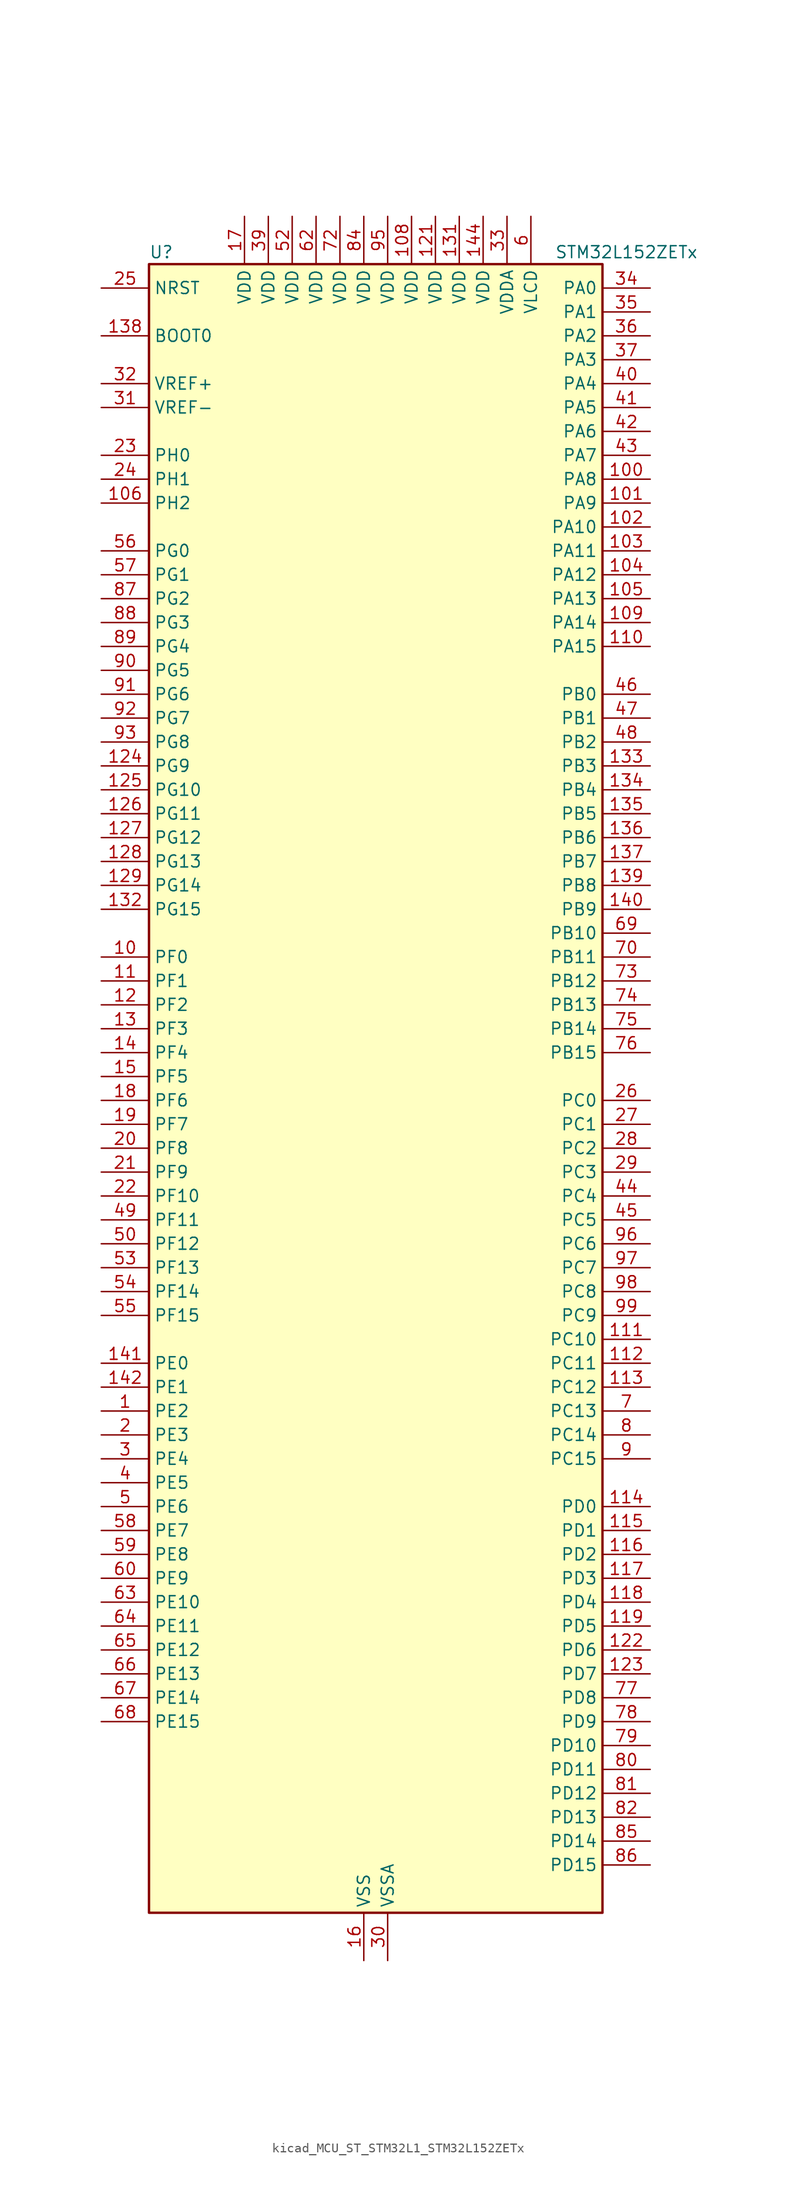
<source format=kicad_sym>
(kicad_symbol_lib
  (version 20220914)
  (generator kicad_symbol_editor)
  (symbol "kicad_MCU_ST_STM32L1_STM32L152ZETx"
    (property "Reference" "U"
      (at -22.86 90.17 0)
      (effects (font (size 1.27 1.27)) (justify left)))
    (property "Value" "STM32L152ZETx"
      (at 20.32 90.17 0)
      (effects (font (size 1.27 1.27)) (justify left)))
    (property "ki_locked" ""
      (at 0 0 0)
      (effects (font (size 1.27 1.27))))
    (symbol "kicad_MCU_ST_STM32L1_STM32L152ZETx_0_1"
      (rectangle (start -22.86 -86.36) (end 25.4 88.9) (stroke (width 0.254) (type default)) (fill (type background))))
    (symbol "kicad_MCU_ST_STM32L1_STM32L152ZETx_1_1"
      (pin bidirectional line (at -27.94 -33.02 0) (length 5.08) (name "PE2" (effects (font (size 1.27 1.27)))) (number "1" (effects (font (size 1.27 1.27)))) (alternate "LCD_SEG38" bidirectional line) (alternate "SYS_TRACECK" bidirectional line) (alternate "TIM3_ETR" bidirectional line) (alternate "TIMX_IC3" bidirectional line))
      (pin bidirectional line (at -27.94 15.24 0) (length 5.08) (name "PF0" (effects (font (size 1.27 1.27)))) (number "10" (effects (font (size 1.27 1.27)))))
      (pin bidirectional line (at 30.48 66.04 180) (length 5.08) (name "PA8" (effects (font (size 1.27 1.27)))) (number "100" (effects (font (size 1.27 1.27)))) (alternate "LCD_COM0" bidirectional line) (alternate "RCC_MCO" bidirectional line) (alternate "TIMX_IC1" bidirectional line) (alternate "TS_G4_IO1" bidirectional line) (alternate "USART1_CK" bidirectional line))
      (pin bidirectional line (at 30.48 63.5 180) (length 5.08) (name "PA9" (effects (font (size 1.27 1.27)))) (number "101" (effects (font (size 1.27 1.27)))) (alternate "DAC_EXTI9" bidirectional line) (alternate "LCD_COM1" bidirectional line) (alternate "TIMX_IC2" bidirectional line) (alternate "TS_G4_IO2" bidirectional line) (alternate "USART1_TX" bidirectional line))
      (pin bidirectional line (at 30.48 60.96 180) (length 5.08) (name "PA10" (effects (font (size 1.27 1.27)))) (number "102" (effects (font (size 1.27 1.27)))) (alternate "LCD_COM2" bidirectional line) (alternate "TIMX_IC3" bidirectional line) (alternate "TS_G4_IO3" bidirectional line) (alternate "USART1_RX" bidirectional line))
      (pin bidirectional line (at 30.48 58.42 180) (length 5.08) (name "PA11" (effects (font (size 1.27 1.27)))) (number "103" (effects (font (size 1.27 1.27)))) (alternate "ADC_EXTI11" bidirectional line) (alternate "SPI1_MISO" bidirectional line) (alternate "TIMX_IC4" bidirectional line) (alternate "USART1_CTS" bidirectional line) (alternate "USB_DM" bidirectional line))
      (pin bidirectional line (at 30.48 55.88 180) (length 5.08) (name "PA12" (effects (font (size 1.27 1.27)))) (number "104" (effects (font (size 1.27 1.27)))) (alternate "SPI1_MOSI" bidirectional line) (alternate "TIMX_IC1" bidirectional line) (alternate "USART1_RTS" bidirectional line) (alternate "USB_DP" bidirectional line))
      (pin bidirectional line (at 30.48 53.34 180) (length 5.08) (name "PA13" (effects (font (size 1.27 1.27)))) (number "105" (effects (font (size 1.27 1.27)))) (alternate "SYS_JTMS-SWDIO" bidirectional line) (alternate "TIMX_IC2" bidirectional line) (alternate "TS_G5_IO1" bidirectional line))
      (pin bidirectional line (at -27.94 63.5 0) (length 5.08) (name "PH2" (effects (font (size 1.27 1.27)))) (number "106" (effects (font (size 1.27 1.27)))))
      (pin passive line (at 0 -91.44 90) (length 5.08) hide (name "VSS" (effects (font (size 1.27 1.27)))) (number "107" (effects (font (size 1.27 1.27)))))
      (pin power_in line (at 5.08 93.98 270) (length 5.08) (name "VDD" (effects (font (size 1.27 1.27)))) (number "108" (effects (font (size 1.27 1.27)))))
      (pin bidirectional line (at 30.48 50.8 180) (length 5.08) (name "PA14" (effects (font (size 1.27 1.27)))) (number "109" (effects (font (size 1.27 1.27)))) (alternate "SYS_JTCK-SWCLK" bidirectional line) (alternate "TIMX_IC3" bidirectional line) (alternate "TS_G5_IO2" bidirectional line))
      (pin bidirectional line (at -27.94 12.7 0) (length 5.08) (name "PF1" (effects (font (size 1.27 1.27)))) (number "11" (effects (font (size 1.27 1.27)))))
      (pin bidirectional line (at 30.48 48.26 180) (length 5.08) (name "PA15" (effects (font (size 1.27 1.27)))) (number "110" (effects (font (size 1.27 1.27)))) (alternate "ADC_EXTI15" bidirectional line) (alternate "I2S3_WS" bidirectional line) (alternate "LCD_SEG17" bidirectional line) (alternate "SPI1_NSS" bidirectional line) (alternate "SPI3_NSS" bidirectional line) (alternate "SYS_JTDI" bidirectional line) (alternate "TIM2_CH1" bidirectional line) (alternate "TIM2_ETR" bidirectional line) (alternate "TIMX_IC4" bidirectional line) (alternate "TS_G5_IO3" bidirectional line))
      (pin bidirectional line (at 30.48 -25.4 180) (length 5.08) (name "PC10" (effects (font (size 1.27 1.27)))) (number "111" (effects (font (size 1.27 1.27)))) (alternate "I2S3_CK" bidirectional line) (alternate "LCD_COM4" bidirectional line) (alternate "LCD_SEG28" bidirectional line) (alternate "LCD_SEG40" bidirectional line) (alternate "SPI3_SCK" bidirectional line) (alternate "TIMX_IC3" bidirectional line) (alternate "UART4_TX" bidirectional line) (alternate "USART3_TX" bidirectional line))
      (pin bidirectional line (at 30.48 -27.94 180) (length 5.08) (name "PC11" (effects (font (size 1.27 1.27)))) (number "112" (effects (font (size 1.27 1.27)))) (alternate "ADC_EXTI11" bidirectional line) (alternate "LCD_COM5" bidirectional line) (alternate "LCD_SEG29" bidirectional line) (alternate "LCD_SEG41" bidirectional line) (alternate "SPI3_MISO" bidirectional line) (alternate "TIMX_IC4" bidirectional line) (alternate "UART4_RX" bidirectional line) (alternate "USART3_RX" bidirectional line))
      (pin bidirectional line (at 30.48 -30.48 180) (length 5.08) (name "PC12" (effects (font (size 1.27 1.27)))) (number "113" (effects (font (size 1.27 1.27)))) (alternate "I2S3_SD" bidirectional line) (alternate "LCD_COM6" bidirectional line) (alternate "LCD_SEG30" bidirectional line) (alternate "LCD_SEG42" bidirectional line) (alternate "SPI3_MOSI" bidirectional line) (alternate "TIMX_IC1" bidirectional line) (alternate "UART5_TX" bidirectional line) (alternate "USART3_CK" bidirectional line))
      (pin bidirectional line (at 30.48 -43.18 180) (length 5.08) (name "PD0" (effects (font (size 1.27 1.27)))) (number "114" (effects (font (size 1.27 1.27)))) (alternate "I2S2_WS" bidirectional line) (alternate "SPI2_NSS" bidirectional line) (alternate "TIM9_CH1" bidirectional line) (alternate "TIMX_IC1" bidirectional line))
      (pin bidirectional line (at 30.48 -45.72 180) (length 5.08) (name "PD1" (effects (font (size 1.27 1.27)))) (number "115" (effects (font (size 1.27 1.27)))) (alternate "I2S2_CK" bidirectional line) (alternate "SPI2_SCK" bidirectional line) (alternate "TIMX_IC2" bidirectional line))
      (pin bidirectional line (at 30.48 -48.26 180) (length 5.08) (name "PD2" (effects (font (size 1.27 1.27)))) (number "116" (effects (font (size 1.27 1.27)))) (alternate "LCD_COM7" bidirectional line) (alternate "LCD_SEG31" bidirectional line) (alternate "LCD_SEG43" bidirectional line) (alternate "TIM3_ETR" bidirectional line) (alternate "TIMX_IC3" bidirectional line) (alternate "UART5_RX" bidirectional line))
      (pin bidirectional line (at 30.48 -50.8 180) (length 5.08) (name "PD3" (effects (font (size 1.27 1.27)))) (number "117" (effects (font (size 1.27 1.27)))) (alternate "SPI2_MISO" bidirectional line) (alternate "TIMX_IC4" bidirectional line) (alternate "USART2_CTS" bidirectional line))
      (pin bidirectional line (at 30.48 -53.34 180) (length 5.08) (name "PD4" (effects (font (size 1.27 1.27)))) (number "118" (effects (font (size 1.27 1.27)))) (alternate "I2S2_SD" bidirectional line) (alternate "SPI2_MOSI" bidirectional line) (alternate "TIMX_IC1" bidirectional line) (alternate "USART2_RTS" bidirectional line))
      (pin bidirectional line (at 30.48 -55.88 180) (length 5.08) (name "PD5" (effects (font (size 1.27 1.27)))) (number "119" (effects (font (size 1.27 1.27)))) (alternate "TIMX_IC2" bidirectional line) (alternate "USART2_TX" bidirectional line))
      (pin bidirectional line (at -27.94 10.16 0) (length 5.08) (name "PF2" (effects (font (size 1.27 1.27)))) (number "12" (effects (font (size 1.27 1.27)))))
      (pin passive line (at 0 -91.44 90) (length 5.08) hide (name "VSS" (effects (font (size 1.27 1.27)))) (number "120" (effects (font (size 1.27 1.27)))))
      (pin power_in line (at 7.62 93.98 270) (length 5.08) (name "VDD" (effects (font (size 1.27 1.27)))) (number "121" (effects (font (size 1.27 1.27)))))
      (pin bidirectional line (at 30.48 -58.42 180) (length 5.08) (name "PD6" (effects (font (size 1.27 1.27)))) (number "122" (effects (font (size 1.27 1.27)))) (alternate "TIMX_IC3" bidirectional line) (alternate "USART2_RX" bidirectional line))
      (pin bidirectional line (at 30.48 -60.96 180) (length 5.08) (name "PD7" (effects (font (size 1.27 1.27)))) (number "123" (effects (font (size 1.27 1.27)))) (alternate "TIM9_CH2" bidirectional line) (alternate "TIMX_IC4" bidirectional line) (alternate "USART2_CK" bidirectional line))
      (pin bidirectional line (at -27.94 35.56 0) (length 5.08) (name "PG9" (effects (font (size 1.27 1.27)))) (number "124" (effects (font (size 1.27 1.27)))) (alternate "DAC_EXTI9" bidirectional line))
      (pin bidirectional line (at -27.94 33.02 0) (length 5.08) (name "PG10" (effects (font (size 1.27 1.27)))) (number "125" (effects (font (size 1.27 1.27)))))
      (pin bidirectional line (at -27.94 30.48 0) (length 5.08) (name "PG11" (effects (font (size 1.27 1.27)))) (number "126" (effects (font (size 1.27 1.27)))) (alternate "ADC_EXTI11" bidirectional line))
      (pin bidirectional line (at -27.94 27.94 0) (length 5.08) (name "PG12" (effects (font (size 1.27 1.27)))) (number "127" (effects (font (size 1.27 1.27)))))
      (pin bidirectional line (at -27.94 25.4 0) (length 5.08) (name "PG13" (effects (font (size 1.27 1.27)))) (number "128" (effects (font (size 1.27 1.27)))))
      (pin bidirectional line (at -27.94 22.86 0) (length 5.08) (name "PG14" (effects (font (size 1.27 1.27)))) (number "129" (effects (font (size 1.27 1.27)))))
      (pin bidirectional line (at -27.94 7.62 0) (length 5.08) (name "PF3" (effects (font (size 1.27 1.27)))) (number "13" (effects (font (size 1.27 1.27)))))
      (pin passive line (at 0 -91.44 90) (length 5.08) hide (name "VSS" (effects (font (size 1.27 1.27)))) (number "130" (effects (font (size 1.27 1.27)))))
      (pin power_in line (at 10.16 93.98 270) (length 5.08) (name "VDD" (effects (font (size 1.27 1.27)))) (number "131" (effects (font (size 1.27 1.27)))))
      (pin bidirectional line (at -27.94 20.32 0) (length 5.08) (name "PG15" (effects (font (size 1.27 1.27)))) (number "132" (effects (font (size 1.27 1.27)))) (alternate "ADC_EXTI15" bidirectional line))
      (pin bidirectional line (at 30.48 35.56 180) (length 5.08) (name "PB3" (effects (font (size 1.27 1.27)))) (number "133" (effects (font (size 1.27 1.27)))) (alternate "COMP2_INM" bidirectional line) (alternate "I2S3_CK" bidirectional line) (alternate "LCD_SEG7" bidirectional line) (alternate "SPI1_SCK" bidirectional line) (alternate "SPI3_SCK" bidirectional line) (alternate "SYS_JTDO-TRACESWO" bidirectional line) (alternate "TIM2_CH2" bidirectional line))
      (pin bidirectional line (at 30.48 33.02 180) (length 5.08) (name "PB4" (effects (font (size 1.27 1.27)))) (number "134" (effects (font (size 1.27 1.27)))) (alternate "COMP2_INP" bidirectional line) (alternate "LCD_SEG8" bidirectional line) (alternate "SPI1_MISO" bidirectional line) (alternate "SPI3_MISO" bidirectional line) (alternate "SYS_JTRST" bidirectional line) (alternate "TIM3_CH1" bidirectional line) (alternate "TS_G6_IO1" bidirectional line))
      (pin bidirectional line (at 30.48 30.48 180) (length 5.08) (name "PB5" (effects (font (size 1.27 1.27)))) (number "135" (effects (font (size 1.27 1.27)))) (alternate "COMP2_INP" bidirectional line) (alternate "I2C1_SMBA" bidirectional line) (alternate "I2S3_SD" bidirectional line) (alternate "LCD_SEG9" bidirectional line) (alternate "SPI1_MOSI" bidirectional line) (alternate "SPI3_MOSI" bidirectional line) (alternate "TIM3_CH2" bidirectional line) (alternate "TS_G6_IO2" bidirectional line))
      (pin bidirectional line (at 30.48 27.94 180) (length 5.08) (name "PB6" (effects (font (size 1.27 1.27)))) (number "136" (effects (font (size 1.27 1.27)))) (alternate "COMP2_INP" bidirectional line) (alternate "I2C1_SCL" bidirectional line) (alternate "TIM4_CH1" bidirectional line) (alternate "TS_G6_IO3" bidirectional line) (alternate "USART1_TX" bidirectional line))
      (pin bidirectional line (at 30.48 25.4 180) (length 5.08) (name "PB7" (effects (font (size 1.27 1.27)))) (number "137" (effects (font (size 1.27 1.27)))) (alternate "COMP2_INP" bidirectional line) (alternate "I2C1_SDA" bidirectional line) (alternate "SYS_PVD_IN" bidirectional line) (alternate "TIM4_CH2" bidirectional line) (alternate "TS_G6_IO4" bidirectional line) (alternate "USART1_RX" bidirectional line))
      (pin input line (at -27.94 81.28 0) (length 5.08) (name "BOOT0" (effects (font (size 1.27 1.27)))) (number "138" (effects (font (size 1.27 1.27)))))
      (pin bidirectional line (at 30.48 22.86 180) (length 5.08) (name "PB8" (effects (font (size 1.27 1.27)))) (number "139" (effects (font (size 1.27 1.27)))) (alternate "I2C1_SCL" bidirectional line) (alternate "LCD_SEG16" bidirectional line) (alternate "TIM10_CH1" bidirectional line) (alternate "TIM4_CH3" bidirectional line))
      (pin bidirectional line (at -27.94 5.08 0) (length 5.08) (name "PF4" (effects (font (size 1.27 1.27)))) (number "14" (effects (font (size 1.27 1.27)))))
      (pin bidirectional line (at 30.48 20.32 180) (length 5.08) (name "PB9" (effects (font (size 1.27 1.27)))) (number "140" (effects (font (size 1.27 1.27)))) (alternate "DAC_EXTI9" bidirectional line) (alternate "I2C1_SDA" bidirectional line) (alternate "LCD_COM3" bidirectional line) (alternate "TIM11_CH1" bidirectional line) (alternate "TIM4_CH4" bidirectional line))
      (pin bidirectional line (at -27.94 -27.94 0) (length 5.08) (name "PE0" (effects (font (size 1.27 1.27)))) (number "141" (effects (font (size 1.27 1.27)))) (alternate "LCD_SEG36" bidirectional line) (alternate "TIM10_CH1" bidirectional line) (alternate "TIM4_ETR" bidirectional line) (alternate "TIMX_IC1" bidirectional line))
      (pin bidirectional line (at -27.94 -30.48 0) (length 5.08) (name "PE1" (effects (font (size 1.27 1.27)))) (number "142" (effects (font (size 1.27 1.27)))) (alternate "LCD_SEG37" bidirectional line) (alternate "TIM11_CH1" bidirectional line) (alternate "TIMX_IC2" bidirectional line))
      (pin passive line (at 0 -91.44 90) (length 5.08) hide (name "VSS" (effects (font (size 1.27 1.27)))) (number "143" (effects (font (size 1.27 1.27)))))
      (pin power_in line (at 12.7 93.98 270) (length 5.08) (name "VDD" (effects (font (size 1.27 1.27)))) (number "144" (effects (font (size 1.27 1.27)))))
      (pin bidirectional line (at -27.94 2.54 0) (length 5.08) (name "PF5" (effects (font (size 1.27 1.27)))) (number "15" (effects (font (size 1.27 1.27)))))
      (pin power_in line (at 0 -91.44 90) (length 5.08) (name "VSS" (effects (font (size 1.27 1.27)))) (number "16" (effects (font (size 1.27 1.27)))))
      (pin power_in line (at -12.7 93.98 270) (length 5.08) (name "VDD" (effects (font (size 1.27 1.27)))) (number "17" (effects (font (size 1.27 1.27)))))
      (pin bidirectional line (at -27.94 0 0) (length 5.08) (name "PF6" (effects (font (size 1.27 1.27)))) (number "18" (effects (font (size 1.27 1.27)))) (alternate "ADC_IN27" bidirectional line) (alternate "TIM5_CH1" bidirectional line) (alternate "TIM5_ETR" bidirectional line) (alternate "TS_G11_IO1" bidirectional line))
      (pin bidirectional line (at -27.94 -2.54 0) (length 5.08) (name "PF7" (effects (font (size 1.27 1.27)))) (number "19" (effects (font (size 1.27 1.27)))) (alternate "ADC_IN28" bidirectional line) (alternate "COMP1_INP" bidirectional line) (alternate "TIM5_CH2" bidirectional line) (alternate "TS_G11_IO2" bidirectional line))
      (pin bidirectional line (at -27.94 -35.56 0) (length 5.08) (name "PE3" (effects (font (size 1.27 1.27)))) (number "2" (effects (font (size 1.27 1.27)))) (alternate "LCD_SEG39" bidirectional line) (alternate "SYS_TRACED0" bidirectional line) (alternate "TIM3_CH1" bidirectional line) (alternate "TIMX_IC4" bidirectional line))
      (pin bidirectional line (at -27.94 -5.08 0) (length 5.08) (name "PF8" (effects (font (size 1.27 1.27)))) (number "20" (effects (font (size 1.27 1.27)))) (alternate "ADC_IN29" bidirectional line) (alternate "COMP1_INP" bidirectional line) (alternate "TIM5_CH3" bidirectional line) (alternate "TS_G11_IO3" bidirectional line))
      (pin bidirectional line (at -27.94 -7.62 0) (length 5.08) (name "PF9" (effects (font (size 1.27 1.27)))) (number "21" (effects (font (size 1.27 1.27)))) (alternate "ADC_IN30" bidirectional line) (alternate "COMP1_INP" bidirectional line) (alternate "DAC_EXTI9" bidirectional line) (alternate "TIM5_CH4" bidirectional line) (alternate "TS_G11_IO4" bidirectional line))
      (pin bidirectional line (at -27.94 -10.16 0) (length 5.08) (name "PF10" (effects (font (size 1.27 1.27)))) (number "22" (effects (font (size 1.27 1.27)))) (alternate "ADC_IN31" bidirectional line) (alternate "COMP1_INP" bidirectional line) (alternate "TS_G11_IO5" bidirectional line))
      (pin bidirectional line (at -27.94 68.58 0) (length 5.08) (name "PH0" (effects (font (size 1.27 1.27)))) (number "23" (effects (font (size 1.27 1.27)))) (alternate "RCC_OSC_IN" bidirectional line))
      (pin bidirectional line (at -27.94 66.04 0) (length 5.08) (name "PH1" (effects (font (size 1.27 1.27)))) (number "24" (effects (font (size 1.27 1.27)))) (alternate "RCC_OSC_OUT" bidirectional line))
      (pin input line (at -27.94 86.36 0) (length 5.08) (name "NRST" (effects (font (size 1.27 1.27)))) (number "25" (effects (font (size 1.27 1.27)))))
      (pin bidirectional line (at 30.48 0 180) (length 5.08) (name "PC0" (effects (font (size 1.27 1.27)))) (number "26" (effects (font (size 1.27 1.27)))) (alternate "ADC_IN10" bidirectional line) (alternate "COMP1_INP" bidirectional line) (alternate "LCD_SEG18" bidirectional line) (alternate "TIMX_IC1" bidirectional line) (alternate "TS_G8_IO1" bidirectional line))
      (pin bidirectional line (at 30.48 -2.54 180) (length 5.08) (name "PC1" (effects (font (size 1.27 1.27)))) (number "27" (effects (font (size 1.27 1.27)))) (alternate "ADC_IN11" bidirectional line) (alternate "COMP1_INP" bidirectional line) (alternate "LCD_SEG19" bidirectional line) (alternate "TIMX_IC2" bidirectional line) (alternate "TS_G8_IO2" bidirectional line))
      (pin bidirectional line (at 30.48 -5.08 180) (length 5.08) (name "PC2" (effects (font (size 1.27 1.27)))) (number "28" (effects (font (size 1.27 1.27)))) (alternate "ADC_IN12" bidirectional line) (alternate "COMP1_INP" bidirectional line) (alternate "LCD_SEG20" bidirectional line) (alternate "TIMX_IC3" bidirectional line) (alternate "TS_G8_IO3" bidirectional line))
      (pin bidirectional line (at 30.48 -7.62 180) (length 5.08) (name "PC3" (effects (font (size 1.27 1.27)))) (number "29" (effects (font (size 1.27 1.27)))) (alternate "ADC_IN13" bidirectional line) (alternate "COMP1_INP" bidirectional line) (alternate "LCD_SEG21" bidirectional line) (alternate "TIMX_IC4" bidirectional line) (alternate "TS_G8_IO4" bidirectional line))
      (pin bidirectional line (at -27.94 -38.1 0) (length 5.08) (name "PE4" (effects (font (size 1.27 1.27)))) (number "3" (effects (font (size 1.27 1.27)))) (alternate "SYS_TRACED1" bidirectional line) (alternate "TIM3_CH2" bidirectional line) (alternate "TIMX_IC1" bidirectional line))
      (pin power_in line (at 2.54 -91.44 90) (length 5.08) (name "VSSA" (effects (font (size 1.27 1.27)))) (number "30" (effects (font (size 1.27 1.27)))))
      (pin input line (at -27.94 73.66 0) (length 5.08) (name "VREF-" (effects (font (size 1.27 1.27)))) (number "31" (effects (font (size 1.27 1.27)))))
      (pin input line (at -27.94 76.2 0) (length 5.08) (name "VREF+" (effects (font (size 1.27 1.27)))) (number "32" (effects (font (size 1.27 1.27)))))
      (pin power_in line (at 15.24 93.98 270) (length 5.08) (name "VDDA" (effects (font (size 1.27 1.27)))) (number "33" (effects (font (size 1.27 1.27)))))
      (pin bidirectional line (at 30.48 86.36 180) (length 5.08) (name "PA0" (effects (font (size 1.27 1.27)))) (number "34" (effects (font (size 1.27 1.27)))) (alternate "ADC_IN0" bidirectional line) (alternate "COMP1_INP" bidirectional line) (alternate "RTC_TAMP2" bidirectional line) (alternate "SYS_WKUP1" bidirectional line) (alternate "TIM2_CH1" bidirectional line) (alternate "TIM2_ETR" bidirectional line) (alternate "TIM5_CH1" bidirectional line) (alternate "TIMX_IC1" bidirectional line) (alternate "TS_G1_IO1" bidirectional line) (alternate "USART2_CTS" bidirectional line))
      (pin bidirectional line (at 30.48 83.82 180) (length 5.08) (name "PA1" (effects (font (size 1.27 1.27)))) (number "35" (effects (font (size 1.27 1.27)))) (alternate "ADC_IN1" bidirectional line) (alternate "COMP1_INP" bidirectional line) (alternate "LCD_SEG0" bidirectional line) (alternate "OPAMP1_VINP" bidirectional line) (alternate "TIM2_CH2" bidirectional line) (alternate "TIM5_CH2" bidirectional line) (alternate "TIMX_IC2" bidirectional line) (alternate "TS_G1_IO2" bidirectional line) (alternate "USART2_RTS" bidirectional line))
      (pin bidirectional line (at 30.48 81.28 180) (length 5.08) (name "PA2" (effects (font (size 1.27 1.27)))) (number "36" (effects (font (size 1.27 1.27)))) (alternate "ADC_IN2" bidirectional line) (alternate "COMP1_INP" bidirectional line) (alternate "LCD_SEG1" bidirectional line) (alternate "OPAMP1_VINM" bidirectional line) (alternate "TIM2_CH3" bidirectional line) (alternate "TIM5_CH3" bidirectional line) (alternate "TIM9_CH1" bidirectional line) (alternate "TIMX_IC3" bidirectional line) (alternate "TS_G1_IO3" bidirectional line) (alternate "USART2_TX" bidirectional line))
      (pin bidirectional line (at 30.48 78.74 180) (length 5.08) (name "PA3" (effects (font (size 1.27 1.27)))) (number "37" (effects (font (size 1.27 1.27)))) (alternate "ADC_IN3" bidirectional line) (alternate "COMP1_INP" bidirectional line) (alternate "LCD_SEG2" bidirectional line) (alternate "OPAMP1_VOUT" bidirectional line) (alternate "TIM2_CH4" bidirectional line) (alternate "TIM5_CH4" bidirectional line) (alternate "TIM9_CH2" bidirectional line) (alternate "TIMX_IC4" bidirectional line) (alternate "TS_G1_IO4" bidirectional line) (alternate "USART2_RX" bidirectional line))
      (pin passive line (at 0 -91.44 90) (length 5.08) hide (name "VSS" (effects (font (size 1.27 1.27)))) (number "38" (effects (font (size 1.27 1.27)))))
      (pin power_in line (at -10.16 93.98 270) (length 5.08) (name "VDD" (effects (font (size 1.27 1.27)))) (number "39" (effects (font (size 1.27 1.27)))))
      (pin bidirectional line (at -27.94 -40.64 0) (length 5.08) (name "PE5" (effects (font (size 1.27 1.27)))) (number "4" (effects (font (size 1.27 1.27)))) (alternate "SYS_TRACED2" bidirectional line) (alternate "TIM9_CH1" bidirectional line) (alternate "TIMX_IC2" bidirectional line))
      (pin bidirectional line (at 30.48 76.2 180) (length 5.08) (name "PA4" (effects (font (size 1.27 1.27)))) (number "40" (effects (font (size 1.27 1.27)))) (alternate "ADC_IN4" bidirectional line) (alternate "COMP1_INP" bidirectional line) (alternate "DAC_OUT1" bidirectional line) (alternate "I2S3_WS" bidirectional line) (alternate "SPI1_NSS" bidirectional line) (alternate "SPI3_NSS" bidirectional line) (alternate "TIMX_IC1" bidirectional line) (alternate "USART2_CK" bidirectional line))
      (pin bidirectional line (at 30.48 73.66 180) (length 5.08) (name "PA5" (effects (font (size 1.27 1.27)))) (number "41" (effects (font (size 1.27 1.27)))) (alternate "ADC_IN5" bidirectional line) (alternate "COMP1_INP" bidirectional line) (alternate "DAC_OUT2" bidirectional line) (alternate "SPI1_SCK" bidirectional line) (alternate "TIM2_CH1" bidirectional line) (alternate "TIM2_ETR" bidirectional line) (alternate "TIMX_IC2" bidirectional line))
      (pin bidirectional line (at 30.48 71.12 180) (length 5.08) (name "PA6" (effects (font (size 1.27 1.27)))) (number "42" (effects (font (size 1.27 1.27)))) (alternate "ADC_IN6" bidirectional line) (alternate "COMP1_INP" bidirectional line) (alternate "LCD_SEG3" bidirectional line) (alternate "OPAMP2_VINP" bidirectional line) (alternate "SPI1_MISO" bidirectional line) (alternate "TIM10_CH1" bidirectional line) (alternate "TIM3_CH1" bidirectional line) (alternate "TIMX_IC3" bidirectional line) (alternate "TS_G2_IO1" bidirectional line))
      (pin bidirectional line (at 30.48 68.58 180) (length 5.08) (name "PA7" (effects (font (size 1.27 1.27)))) (number "43" (effects (font (size 1.27 1.27)))) (alternate "ADC_IN7" bidirectional line) (alternate "COMP1_INP" bidirectional line) (alternate "LCD_SEG4" bidirectional line) (alternate "OPAMP2_VINM" bidirectional line) (alternate "SPI1_MOSI" bidirectional line) (alternate "TIM11_CH1" bidirectional line) (alternate "TIM3_CH2" bidirectional line) (alternate "TIMX_IC4" bidirectional line) (alternate "TS_G2_IO2" bidirectional line))
      (pin bidirectional line (at 30.48 -10.16 180) (length 5.08) (name "PC4" (effects (font (size 1.27 1.27)))) (number "44" (effects (font (size 1.27 1.27)))) (alternate "ADC_IN14" bidirectional line) (alternate "COMP1_INP" bidirectional line) (alternate "LCD_SEG22" bidirectional line) (alternate "TIMX_IC1" bidirectional line) (alternate "TS_G9_IO1" bidirectional line))
      (pin bidirectional line (at 30.48 -12.7 180) (length 5.08) (name "PC5" (effects (font (size 1.27 1.27)))) (number "45" (effects (font (size 1.27 1.27)))) (alternate "ADC_IN15" bidirectional line) (alternate "COMP1_INP" bidirectional line) (alternate "LCD_SEG23" bidirectional line) (alternate "TIMX_IC2" bidirectional line) (alternate "TS_G9_IO2" bidirectional line))
      (pin bidirectional line (at 30.48 43.18 180) (length 5.08) (name "PB0" (effects (font (size 1.27 1.27)))) (number "46" (effects (font (size 1.27 1.27)))) (alternate "ADC_IN8" bidirectional line) (alternate "COMP1_INP" bidirectional line) (alternate "LCD_SEG5" bidirectional line) (alternate "OPAMP2_VOUT" bidirectional line) (alternate "SYS_V_REF_OUT" bidirectional line) (alternate "TIM3_CH3" bidirectional line) (alternate "TS_G3_IO1" bidirectional line))
      (pin bidirectional line (at 30.48 40.64 180) (length 5.08) (name "PB1" (effects (font (size 1.27 1.27)))) (number "47" (effects (font (size 1.27 1.27)))) (alternate "ADC_IN9" bidirectional line) (alternate "COMP1_INP" bidirectional line) (alternate "LCD_SEG6" bidirectional line) (alternate "SYS_V_REF_OUT" bidirectional line) (alternate "TIM3_CH4" bidirectional line) (alternate "TS_G3_IO2" bidirectional line))
      (pin bidirectional line (at 30.48 38.1 180) (length 5.08) (name "PB2" (effects (font (size 1.27 1.27)))) (number "48" (effects (font (size 1.27 1.27)))) (alternate "ADC_IN0b" bidirectional line) (alternate "TS_G3_IO3" bidirectional line))
      (pin bidirectional line (at -27.94 -12.7 0) (length 5.08) (name "PF11" (effects (font (size 1.27 1.27)))) (number "49" (effects (font (size 1.27 1.27)))) (alternate "ADC_EXTI11" bidirectional line) (alternate "ADC_IN1b" bidirectional line) (alternate "TS_G3_IO4" bidirectional line))
      (pin bidirectional line (at -27.94 -43.18 0) (length 5.08) (name "PE6" (effects (font (size 1.27 1.27)))) (number "5" (effects (font (size 1.27 1.27)))) (alternate "RTC_TAMP3" bidirectional line) (alternate "SYS_TRACED3" bidirectional line) (alternate "SYS_WKUP3" bidirectional line) (alternate "TIM9_CH2" bidirectional line) (alternate "TIMX_IC3" bidirectional line))
      (pin bidirectional line (at -27.94 -15.24 0) (length 5.08) (name "PF12" (effects (font (size 1.27 1.27)))) (number "50" (effects (font (size 1.27 1.27)))) (alternate "ADC_IN2b" bidirectional line) (alternate "TS_G3_IO5" bidirectional line))
      (pin passive line (at 0 -91.44 90) (length 5.08) hide (name "VSS" (effects (font (size 1.27 1.27)))) (number "51" (effects (font (size 1.27 1.27)))))
      (pin power_in line (at -7.62 93.98 270) (length 5.08) (name "VDD" (effects (font (size 1.27 1.27)))) (number "52" (effects (font (size 1.27 1.27)))))
      (pin bidirectional line (at -27.94 -17.78 0) (length 5.08) (name "PF13" (effects (font (size 1.27 1.27)))) (number "53" (effects (font (size 1.27 1.27)))) (alternate "ADC_IN3b" bidirectional line) (alternate "TS_G9_IO3" bidirectional line))
      (pin bidirectional line (at -27.94 -20.32 0) (length 5.08) (name "PF14" (effects (font (size 1.27 1.27)))) (number "54" (effects (font (size 1.27 1.27)))) (alternate "ADC_IN6b" bidirectional line) (alternate "TS_G9_IO4" bidirectional line))
      (pin bidirectional line (at -27.94 -22.86 0) (length 5.08) (name "PF15" (effects (font (size 1.27 1.27)))) (number "55" (effects (font (size 1.27 1.27)))) (alternate "ADC_EXTI15" bidirectional line) (alternate "ADC_IN7b" bidirectional line) (alternate "TS_G2_IO3" bidirectional line))
      (pin bidirectional line (at -27.94 58.42 0) (length 5.08) (name "PG0" (effects (font (size 1.27 1.27)))) (number "56" (effects (font (size 1.27 1.27)))) (alternate "ADC_IN8b" bidirectional line) (alternate "TS_G2_IO4" bidirectional line))
      (pin bidirectional line (at -27.94 55.88 0) (length 5.08) (name "PG1" (effects (font (size 1.27 1.27)))) (number "57" (effects (font (size 1.27 1.27)))) (alternate "ADC_IN9b" bidirectional line) (alternate "TS_G2_IO5" bidirectional line))
      (pin bidirectional line (at -27.94 -45.72 0) (length 5.08) (name "PE7" (effects (font (size 1.27 1.27)))) (number "58" (effects (font (size 1.27 1.27)))) (alternate "ADC_IN22" bidirectional line) (alternate "COMP1_INP" bidirectional line) (alternate "TIMX_IC4" bidirectional line))
      (pin bidirectional line (at -27.94 -48.26 0) (length 5.08) (name "PE8" (effects (font (size 1.27 1.27)))) (number "59" (effects (font (size 1.27 1.27)))) (alternate "ADC_IN23" bidirectional line) (alternate "COMP1_INP" bidirectional line) (alternate "TIMX_IC1" bidirectional line))
      (pin power_in line (at 17.78 93.98 270) (length 5.08) (name "VLCD" (effects (font (size 1.27 1.27)))) (number "6" (effects (font (size 1.27 1.27)))))
      (pin bidirectional line (at -27.94 -50.8 0) (length 5.08) (name "PE9" (effects (font (size 1.27 1.27)))) (number "60" (effects (font (size 1.27 1.27)))) (alternate "ADC_IN24" bidirectional line) (alternate "COMP1_INP" bidirectional line) (alternate "DAC_EXTI9" bidirectional line) (alternate "TIM2_CH1" bidirectional line) (alternate "TIM2_ETR" bidirectional line) (alternate "TIMX_IC2" bidirectional line))
      (pin passive line (at 0 -91.44 90) (length 5.08) hide (name "VSS" (effects (font (size 1.27 1.27)))) (number "61" (effects (font (size 1.27 1.27)))))
      (pin power_in line (at -5.08 93.98 270) (length 5.08) (name "VDD" (effects (font (size 1.27 1.27)))) (number "62" (effects (font (size 1.27 1.27)))))
      (pin bidirectional line (at -27.94 -53.34 0) (length 5.08) (name "PE10" (effects (font (size 1.27 1.27)))) (number "63" (effects (font (size 1.27 1.27)))) (alternate "ADC_IN25" bidirectional line) (alternate "COMP1_INP" bidirectional line) (alternate "TIM2_CH2" bidirectional line) (alternate "TIMX_IC3" bidirectional line))
      (pin bidirectional line (at -27.94 -55.88 0) (length 5.08) (name "PE11" (effects (font (size 1.27 1.27)))) (number "64" (effects (font (size 1.27 1.27)))) (alternate "ADC_EXTI11" bidirectional line) (alternate "TIM2_CH3" bidirectional line) (alternate "TIMX_IC4" bidirectional line))
      (pin bidirectional line (at -27.94 -58.42 0) (length 5.08) (name "PE12" (effects (font (size 1.27 1.27)))) (number "65" (effects (font (size 1.27 1.27)))) (alternate "SPI1_NSS" bidirectional line) (alternate "TIM2_CH4" bidirectional line) (alternate "TIMX_IC1" bidirectional line))
      (pin bidirectional line (at -27.94 -60.96 0) (length 5.08) (name "PE13" (effects (font (size 1.27 1.27)))) (number "66" (effects (font (size 1.27 1.27)))) (alternate "SPI1_SCK" bidirectional line) (alternate "TIMX_IC2" bidirectional line))
      (pin bidirectional line (at -27.94 -63.5 0) (length 5.08) (name "PE14" (effects (font (size 1.27 1.27)))) (number "67" (effects (font (size 1.27 1.27)))) (alternate "SPI1_MISO" bidirectional line) (alternate "TIMX_IC3" bidirectional line))
      (pin bidirectional line (at -27.94 -66.04 0) (length 5.08) (name "PE15" (effects (font (size 1.27 1.27)))) (number "68" (effects (font (size 1.27 1.27)))) (alternate "ADC_EXTI15" bidirectional line) (alternate "SPI1_MOSI" bidirectional line) (alternate "TIMX_IC4" bidirectional line))
      (pin bidirectional line (at 30.48 17.78 180) (length 5.08) (name "PB10" (effects (font (size 1.27 1.27)))) (number "69" (effects (font (size 1.27 1.27)))) (alternate "I2C2_SCL" bidirectional line) (alternate "LCD_SEG10" bidirectional line) (alternate "TIM2_CH3" bidirectional line) (alternate "USART3_TX" bidirectional line))
      (pin bidirectional line (at 30.48 -33.02 180) (length 5.08) (name "PC13" (effects (font (size 1.27 1.27)))) (number "7" (effects (font (size 1.27 1.27)))) (alternate "RTC_OUT_ALARM" bidirectional line) (alternate "RTC_OUT_CALIB" bidirectional line) (alternate "RTC_TAMP1" bidirectional line) (alternate "RTC_TS" bidirectional line) (alternate "SYS_WKUP2" bidirectional line) (alternate "TIMX_IC2" bidirectional line))
      (pin bidirectional line (at 30.48 15.24 180) (length 5.08) (name "PB11" (effects (font (size 1.27 1.27)))) (number "70" (effects (font (size 1.27 1.27)))) (alternate "ADC_EXTI11" bidirectional line) (alternate "I2C2_SDA" bidirectional line) (alternate "LCD_SEG11" bidirectional line) (alternate "TIM2_CH4" bidirectional line) (alternate "USART3_RX" bidirectional line))
      (pin passive line (at 0 -91.44 90) (length 5.08) hide (name "VSS" (effects (font (size 1.27 1.27)))) (number "71" (effects (font (size 1.27 1.27)))))
      (pin power_in line (at -2.54 93.98 270) (length 5.08) (name "VDD" (effects (font (size 1.27 1.27)))) (number "72" (effects (font (size 1.27 1.27)))))
      (pin bidirectional line (at 30.48 12.7 180) (length 5.08) (name "PB12" (effects (font (size 1.27 1.27)))) (number "73" (effects (font (size 1.27 1.27)))) (alternate "ADC_IN18" bidirectional line) (alternate "COMP1_INP" bidirectional line) (alternate "I2C2_SMBA" bidirectional line) (alternate "I2S2_WS" bidirectional line) (alternate "LCD_SEG12" bidirectional line) (alternate "SPI2_NSS" bidirectional line) (alternate "TIM10_CH1" bidirectional line) (alternate "TS_G7_IO1" bidirectional line) (alternate "USART3_CK" bidirectional line))
      (pin bidirectional line (at 30.48 10.16 180) (length 5.08) (name "PB13" (effects (font (size 1.27 1.27)))) (number "74" (effects (font (size 1.27 1.27)))) (alternate "ADC_IN19" bidirectional line) (alternate "COMP1_INP" bidirectional line) (alternate "I2S2_CK" bidirectional line) (alternate "LCD_SEG13" bidirectional line) (alternate "SPI2_SCK" bidirectional line) (alternate "TIM9_CH1" bidirectional line) (alternate "TS_G7_IO2" bidirectional line) (alternate "USART3_CTS" bidirectional line))
      (pin bidirectional line (at 30.48 7.62 180) (length 5.08) (name "PB14" (effects (font (size 1.27 1.27)))) (number "75" (effects (font (size 1.27 1.27)))) (alternate "ADC_IN20" bidirectional line) (alternate "COMP1_INP" bidirectional line) (alternate "LCD_SEG14" bidirectional line) (alternate "SPI2_MISO" bidirectional line) (alternate "TIM9_CH2" bidirectional line) (alternate "TS_G7_IO3" bidirectional line) (alternate "USART3_RTS" bidirectional line))
      (pin bidirectional line (at 30.48 5.08 180) (length 5.08) (name "PB15" (effects (font (size 1.27 1.27)))) (number "76" (effects (font (size 1.27 1.27)))) (alternate "ADC_EXTI15" bidirectional line) (alternate "ADC_IN21" bidirectional line) (alternate "COMP1_INP" bidirectional line) (alternate "I2S2_SD" bidirectional line) (alternate "LCD_SEG15" bidirectional line) (alternate "RTC_REFIN" bidirectional line) (alternate "SPI2_MOSI" bidirectional line) (alternate "TIM11_CH1" bidirectional line) (alternate "TS_G7_IO4" bidirectional line))
      (pin bidirectional line (at 30.48 -63.5 180) (length 5.08) (name "PD8" (effects (font (size 1.27 1.27)))) (number "77" (effects (font (size 1.27 1.27)))) (alternate "LCD_SEG28" bidirectional line) (alternate "TIMX_IC1" bidirectional line) (alternate "USART3_TX" bidirectional line))
      (pin bidirectional line (at 30.48 -66.04 180) (length 5.08) (name "PD9" (effects (font (size 1.27 1.27)))) (number "78" (effects (font (size 1.27 1.27)))) (alternate "DAC_EXTI9" bidirectional line) (alternate "LCD_SEG29" bidirectional line) (alternate "TIMX_IC2" bidirectional line) (alternate "USART3_RX" bidirectional line))
      (pin bidirectional line (at 30.48 -68.58 180) (length 5.08) (name "PD10" (effects (font (size 1.27 1.27)))) (number "79" (effects (font (size 1.27 1.27)))) (alternate "LCD_SEG30" bidirectional line) (alternate "TIMX_IC3" bidirectional line) (alternate "USART3_CK" bidirectional line))
      (pin bidirectional line (at 30.48 -35.56 180) (length 5.08) (name "PC14" (effects (font (size 1.27 1.27)))) (number "8" (effects (font (size 1.27 1.27)))) (alternate "RCC_OSC32_IN" bidirectional line) (alternate "TIMX_IC3" bidirectional line))
      (pin bidirectional line (at 30.48 -71.12 180) (length 5.08) (name "PD11" (effects (font (size 1.27 1.27)))) (number "80" (effects (font (size 1.27 1.27)))) (alternate "ADC_EXTI11" bidirectional line) (alternate "LCD_SEG31" bidirectional line) (alternate "TIMX_IC4" bidirectional line) (alternate "USART3_CTS" bidirectional line))
      (pin bidirectional line (at 30.48 -73.66 180) (length 5.08) (name "PD12" (effects (font (size 1.27 1.27)))) (number "81" (effects (font (size 1.27 1.27)))) (alternate "LCD_SEG32" bidirectional line) (alternate "TIM4_CH1" bidirectional line) (alternate "TIMX_IC1" bidirectional line) (alternate "USART3_RTS" bidirectional line))
      (pin bidirectional line (at 30.48 -76.2 180) (length 5.08) (name "PD13" (effects (font (size 1.27 1.27)))) (number "82" (effects (font (size 1.27 1.27)))) (alternate "LCD_SEG33" bidirectional line) (alternate "TIM4_CH2" bidirectional line) (alternate "TIMX_IC2" bidirectional line))
      (pin passive line (at 0 -91.44 90) (length 5.08) hide (name "VSS" (effects (font (size 1.27 1.27)))) (number "83" (effects (font (size 1.27 1.27)))))
      (pin power_in line (at 0 93.98 270) (length 5.08) (name "VDD" (effects (font (size 1.27 1.27)))) (number "84" (effects (font (size 1.27 1.27)))))
      (pin bidirectional line (at 30.48 -78.74 180) (length 5.08) (name "PD14" (effects (font (size 1.27 1.27)))) (number "85" (effects (font (size 1.27 1.27)))) (alternate "LCD_SEG34" bidirectional line) (alternate "TIM4_CH3" bidirectional line) (alternate "TIMX_IC3" bidirectional line))
      (pin bidirectional line (at 30.48 -81.28 180) (length 5.08) (name "PD15" (effects (font (size 1.27 1.27)))) (number "86" (effects (font (size 1.27 1.27)))) (alternate "ADC_EXTI15" bidirectional line) (alternate "LCD_SEG35" bidirectional line) (alternate "TIM4_CH4" bidirectional line) (alternate "TIMX_IC4" bidirectional line))
      (pin bidirectional line (at -27.94 53.34 0) (length 5.08) (name "PG2" (effects (font (size 1.27 1.27)))) (number "87" (effects (font (size 1.27 1.27)))) (alternate "ADC_IN10b" bidirectional line) (alternate "TS_G7_IO5" bidirectional line))
      (pin bidirectional line (at -27.94 50.8 0) (length 5.08) (name "PG3" (effects (font (size 1.27 1.27)))) (number "88" (effects (font (size 1.27 1.27)))) (alternate "ADC_IN11b" bidirectional line) (alternate "TS_G7_IO6" bidirectional line))
      (pin bidirectional line (at -27.94 48.26 0) (length 5.08) (name "PG4" (effects (font (size 1.27 1.27)))) (number "89" (effects (font (size 1.27 1.27)))) (alternate "ADC_IN12b" bidirectional line) (alternate "TS_G7_IO7" bidirectional line))
      (pin bidirectional line (at 30.48 -38.1 180) (length 5.08) (name "PC15" (effects (font (size 1.27 1.27)))) (number "9" (effects (font (size 1.27 1.27)))) (alternate "ADC_EXTI15" bidirectional line) (alternate "RCC_OSC32_OUT" bidirectional line) (alternate "TIMX_IC4" bidirectional line))
      (pin bidirectional line (at -27.94 45.72 0) (length 5.08) (name "PG5" (effects (font (size 1.27 1.27)))) (number "90" (effects (font (size 1.27 1.27)))))
      (pin bidirectional line (at -27.94 43.18 0) (length 5.08) (name "PG6" (effects (font (size 1.27 1.27)))) (number "91" (effects (font (size 1.27 1.27)))))
      (pin bidirectional line (at -27.94 40.64 0) (length 5.08) (name "PG7" (effects (font (size 1.27 1.27)))) (number "92" (effects (font (size 1.27 1.27)))))
      (pin bidirectional line (at -27.94 38.1 0) (length 5.08) (name "PG8" (effects (font (size 1.27 1.27)))) (number "93" (effects (font (size 1.27 1.27)))))
      (pin passive line (at 0 -91.44 90) (length 5.08) hide (name "VSS" (effects (font (size 1.27 1.27)))) (number "94" (effects (font (size 1.27 1.27)))))
      (pin power_in line (at 2.54 93.98 270) (length 5.08) (name "VDD" (effects (font (size 1.27 1.27)))) (number "95" (effects (font (size 1.27 1.27)))))
      (pin bidirectional line (at 30.48 -15.24 180) (length 5.08) (name "PC6" (effects (font (size 1.27 1.27)))) (number "96" (effects (font (size 1.27 1.27)))) (alternate "I2S2_MCK" bidirectional line) (alternate "LCD_SEG24" bidirectional line) (alternate "TIM3_CH1" bidirectional line) (alternate "TIMX_IC3" bidirectional line) (alternate "TS_G10_IO1" bidirectional line))
      (pin bidirectional line (at 30.48 -17.78 180) (length 5.08) (name "PC7" (effects (font (size 1.27 1.27)))) (number "97" (effects (font (size 1.27 1.27)))) (alternate "I2S3_MCK" bidirectional line) (alternate "LCD_SEG25" bidirectional line) (alternate "TIM3_CH2" bidirectional line) (alternate "TIMX_IC4" bidirectional line) (alternate "TS_G10_IO2" bidirectional line))
      (pin bidirectional line (at 30.48 -20.32 180) (length 5.08) (name "PC8" (effects (font (size 1.27 1.27)))) (number "98" (effects (font (size 1.27 1.27)))) (alternate "LCD_SEG26" bidirectional line) (alternate "TIM3_CH3" bidirectional line) (alternate "TIMX_IC1" bidirectional line) (alternate "TS_G10_IO3" bidirectional line))
      (pin bidirectional line (at 30.48 -22.86 180) (length 5.08) (name "PC9" (effects (font (size 1.27 1.27)))) (number "99" (effects (font (size 1.27 1.27)))) (alternate "DAC_EXTI9" bidirectional line) (alternate "LCD_SEG27" bidirectional line) (alternate "TIM3_CH4" bidirectional line) (alternate "TIMX_IC2" bidirectional line) (alternate "TS_G10_IO4" bidirectional line)))))
</source>
